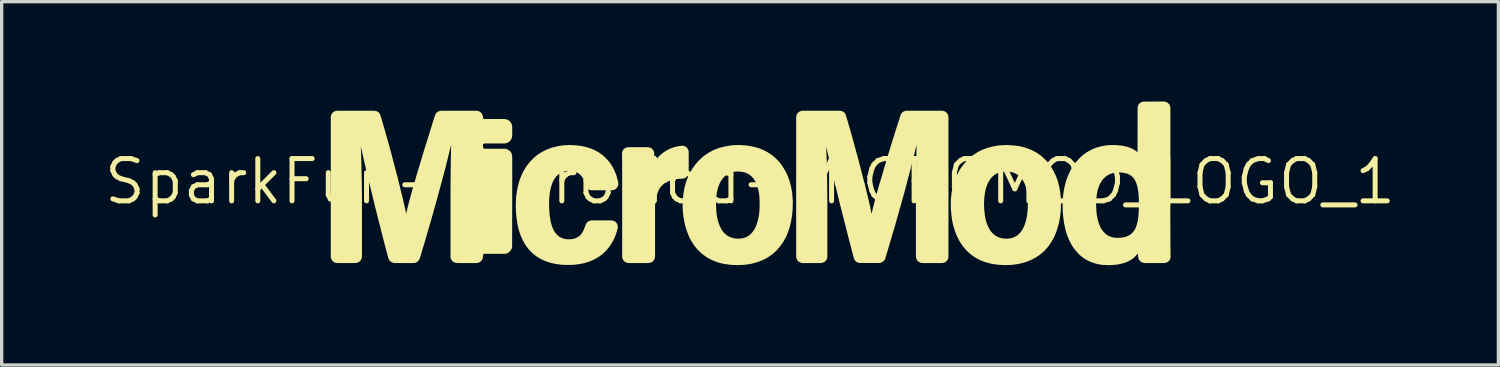
<source format=kicad_pcb>
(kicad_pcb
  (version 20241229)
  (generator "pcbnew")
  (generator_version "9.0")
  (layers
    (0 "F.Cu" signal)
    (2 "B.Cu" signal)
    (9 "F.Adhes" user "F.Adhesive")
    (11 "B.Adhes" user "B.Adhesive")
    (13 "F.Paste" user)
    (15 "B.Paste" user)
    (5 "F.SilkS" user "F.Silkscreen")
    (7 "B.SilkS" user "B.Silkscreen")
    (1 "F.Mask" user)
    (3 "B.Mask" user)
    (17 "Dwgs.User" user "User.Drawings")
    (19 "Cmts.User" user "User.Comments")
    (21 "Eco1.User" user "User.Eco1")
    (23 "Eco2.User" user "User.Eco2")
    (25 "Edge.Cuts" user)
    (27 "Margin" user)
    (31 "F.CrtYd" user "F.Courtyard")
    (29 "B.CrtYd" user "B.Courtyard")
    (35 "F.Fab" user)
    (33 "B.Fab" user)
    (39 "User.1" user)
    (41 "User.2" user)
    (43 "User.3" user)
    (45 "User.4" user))
  (footprint "SparkFun-MicroMod-MICROMOD_LOGO_1"
    (layer "F.Cu")
    (at 19.481 2.404)
    (property "Reference" "SparkFun-MicroMod-MICROMOD_LOGO_1" (at 0 0 0) (layer "F.SilkS") (effects (font (size 1.27 1.27) (thickness 0.15))))
    (attr exclude_from_pos_files exclude_from_bom)
    (fp_poly (pts (xy 2.268 0.084) (xy 1.478 0.084) (xy 1.435 0.094) (xy 1.435 2.258) (xy 1.448 2.309) (xy 1.476 2.355) (xy 1.519 2.383) (xy 1.57 2.398) (xy 2.098 2.398) (xy 2.151 2.395) (xy 2.2 2.377) (xy 2.24 2.344) (xy 2.266 2.299) (xy 2.273 2.248) (xy 2.273 0.663) (xy 2.268 0.084)) (stroke (width 0.099) (type solid)) (fill yes) (layer "F.SilkS"))
    (fp_poly (pts (xy 5.911 0.084) (xy 5.062 0.084) (xy 5.034 0.109) (xy 5.032 0.693) (xy 5.032 2.23) (xy 5.037 2.283) (xy 5.057 2.332) (xy 5.093 2.37) (xy 5.141 2.393) (xy 5.194 2.398) (xy 5.776 2.398) (xy 5.827 2.385) (xy 5.87 2.355) (xy 5.9 2.309) (xy 5.911 2.258) (xy 5.911 0.084)) (stroke (width 0.099) (type solid)) (fill yes) (layer "F.SilkS"))
    (fp_poly (pts (xy -12.545 -0.109) (xy -12.545 2.271) (xy -12.53 2.319) (xy -12.497 2.362) (xy -12.451 2.388) (xy -12.4 2.398) (xy -11.869 2.398) (xy -11.819 2.393) (xy -11.77 2.372) (xy -11.732 2.334) (xy -11.712 2.286) (xy -11.707 2.233) (xy -11.707 0.645) (xy -11.709 0.224) (xy -11.714 -0.091) (xy -11.753 -0.109) (xy -12.545 -0.109)) (stroke (width 0.099) (type solid)) (fill yes) (layer "F.SilkS"))
    (fp_poly (pts (xy -2.85 0.396) (xy -3.749 0.396) (xy -3.792 0.406) (xy -3.792 2.258) (xy -3.782 2.309) (xy -3.752 2.352) (xy -3.708 2.383) (xy -3.658 2.398) (xy -3.076 2.398) (xy -3.023 2.395) (xy -2.974 2.377) (xy -2.936 2.342) (xy -2.911 2.296) (xy -2.903 2.243) (xy -2.903 0.866) (xy -2.903 0.762) (xy -2.901 0.709) (xy -2.891 0.602) (xy -2.875 0.498) (xy -2.85 0.396)) (stroke (width 0.099) (type solid)) (fill yes) (layer "F.SilkS"))
    (fp_poly (pts (xy -7.193 -0.109) (xy -8.933 -0.109) (xy -8.946 -0.069) (xy -8.948 0.246) (xy -8.948 2.25) (xy -8.941 2.304) (xy -8.913 2.347) (xy -8.872 2.38) (xy -8.821 2.395) (xy -8.771 2.398) (xy -8.242 2.398) (xy -8.189 2.395) (xy -8.141 2.375) (xy -8.103 2.339) (xy -8.077 2.294) (xy -8.072 2.24) (xy -8.07 2.189) (xy -8.044 2.144) (xy -7.998 2.121) (xy -7.363 2.121) (xy -7.313 2.108) (xy -7.267 2.08) (xy -7.231 2.045) (xy -7.206 1.996) (xy -7.196 1.946) (xy -7.193 -0.056) (xy -7.193 -0.109)) (stroke (width 0.099) (type solid)) (fill yes) (layer "F.SilkS"))
    (fp_poly (pts (xy -12.403 -2.078) (xy -12.454 -2.07) (xy -12.497 -2.042) (xy -12.53 -1.999) (xy -12.545 -1.948) (xy -12.545 -0.152) (xy -12.535 -0.109) (xy -11.742 -0.109) (xy -11.717 -0.135) (xy -11.725 -0.559) (xy -11.735 -0.876) (xy -11.753 -1.245) (xy -11.765 -1.455) (xy -11.727 -1.448) (xy -11.684 -1.24) (xy -11.603 -0.879) (xy -11.435 -0.157) (xy -11.42 -0.109) (xy -10.681 -0.109) (xy -10.637 -0.117) (xy -10.732 -0.478) (xy -10.838 -0.886) (xy -10.909 -1.14) (xy -11.024 -1.547) (xy -11.143 -1.953) (xy -11.161 -2.004) (xy -11.194 -2.045) (xy -11.239 -2.07) (xy -11.29 -2.078) (xy -12.403 -2.078)) (stroke (width 0.099) (type solid)) (fill yes) (layer "F.SilkS"))
    (fp_poly (pts (xy 5.7 -2.078) (xy 4.694 -2.078) (xy 4.643 -2.065) (xy 4.6 -2.035) (xy 4.572 -1.991) (xy 4.427 -1.537) (xy 4.3 -1.133) (xy 4.145 -0.625) (xy 4.026 -0.218) (xy 3.937 0.084) (xy 4.625 0.084) (xy 4.656 0.053) (xy 4.778 -0.406) (xy 4.895 -0.869) (xy 4.956 -1.125) (xy 5.027 -1.435) (xy 5.062 -1.443) (xy 5.05 -1.019) (xy 5.037 -0.33) (xy 5.034 0.038) (xy 5.042 0.084) (xy 5.89 0.084) (xy 5.911 0.048) (xy 5.911 -1.908) (xy 5.908 -1.961) (xy 5.888 -2.012) (xy 5.852 -2.05) (xy 5.806 -2.073) (xy 5.753 -2.078) (xy 5.7 -2.078)) (stroke (width 0.099) (type solid)) (fill yes) (layer "F.SilkS"))
    (fp_poly (pts (xy 2.603 0.084) (xy 3.345 0.084) (xy 3.393 0.079) (xy 3.249 -0.483) (xy 3.195 -0.686) (xy 3.071 -1.146) (xy 2.957 -1.552) (xy 2.898 -1.755) (xy 2.837 -1.958) (xy 2.817 -2.009) (xy 2.784 -2.047) (xy 2.736 -2.073) (xy 2.685 -2.078) (xy 1.572 -2.078) (xy 1.521 -2.065) (xy 1.478 -2.037) (xy 1.448 -1.994) (xy 1.435 -1.943) (xy 1.435 0.066) (xy 1.471 0.084) (xy 2.263 0.084) (xy 2.268 0.036) (xy 2.256 -0.594) (xy 2.245 -0.859) (xy 2.235 -1.123) (xy 2.217 -1.44) (xy 2.25 -1.458) (xy 2.263 -1.41) (xy 2.339 -1.046) (xy 2.423 -0.686) (xy 2.494 -0.376) (xy 2.603 0.084)) (stroke (width 0.099) (type solid)) (fill yes) (layer "F.SilkS"))
    (fp_poly (pts (xy 4.648 0.084) (xy 3.957 0.084) (xy 3.927 0.112) (xy 3.84 0.419) (xy 3.747 0.777) (xy 3.698 0.986) (xy 3.675 1.087) (xy 3.655 1.194) (xy 3.642 1.171) (xy 3.599 0.963) (xy 3.556 0.754) (xy 3.472 0.394) (xy 3.396 0.084) (xy 2.654 0.084) (xy 2.609 0.089) (xy 2.733 0.605) (xy 2.916 1.323) (xy 3.048 1.839) (xy 3.17 2.299) (xy 3.195 2.344) (xy 3.236 2.38) (xy 3.287 2.395) (xy 3.868 2.398) (xy 3.922 2.39) (xy 3.967 2.365) (xy 4.003 2.327) (xy 4.021 2.276) (xy 4.082 2.073) (xy 4.308 1.311) (xy 4.524 0.544) (xy 4.595 0.29) (xy 4.648 0.084)) (stroke (width 0.099) (type solid)) (fill yes) (layer "F.SilkS"))
    (fp_poly (pts (xy -10.637 -0.109) (xy -11.377 -0.109) (xy -11.422 -0.104) (xy -11.26 0.559) (xy -11.12 1.123) (xy -10.937 1.839) (xy -10.815 2.299) (xy -10.79 2.344) (xy -10.749 2.377) (xy -10.701 2.395) (xy -10.648 2.398) (xy -10.119 2.398) (xy -10.066 2.393) (xy -10.02 2.37) (xy -9.985 2.329) (xy -9.964 2.281) (xy -9.812 1.775) (xy -9.606 1.067) (xy -9.449 0.508) (xy -9.284 -0.102) (xy -9.327 -0.109) (xy -9.962 -0.109) (xy -9.995 -0.086) (xy -10.099 0.267) (xy -10.196 0.625) (xy -10.272 0.93) (xy -10.307 1.085) (xy -10.325 1.189) (xy -10.34 1.173) (xy -10.391 0.914) (xy -10.472 0.554) (xy -10.572 0.145) (xy -10.61 -0.008) (xy -10.637 -0.109)) (stroke (width 0.099) (type solid)) (fill yes) (layer "F.SilkS"))
    (fp_poly (pts (xy -9.99 -0.109) (xy -9.301 -0.109) (xy -9.274 -0.14) (xy -9.192 -0.447) (xy -9.091 -0.859) (xy -9.027 -1.115) (xy -8.959 -1.422) (xy -8.923 -1.448) (xy -8.92 -1.4) (xy -8.928 -1.135) (xy -8.938 -0.765) (xy -8.946 -0.132) (xy -8.915 -0.109) (xy -7.224 -0.109) (xy -7.193 -0.132) (xy -7.193 -0.714) (xy -7.196 -0.765) (xy -7.206 -0.818) (xy -7.231 -0.864) (xy -7.269 -0.899) (xy -7.315 -0.925) (xy -7.369 -0.937) (xy -7.95 -0.937) (xy -8.001 -0.94) (xy -8.047 -0.965) (xy -8.07 -1.011) (xy -8.072 -1.115) (xy -8.052 -1.163) (xy -8.006 -1.191) (xy -7.955 -1.194) (xy -7.374 -1.194) (xy -7.32 -1.204) (xy -7.275 -1.229) (xy -7.236 -1.265) (xy -7.209 -1.311) (xy -7.196 -1.361) (xy -7.193 -1.412) (xy -7.193 -1.626) (xy -7.198 -1.676) (xy -7.216 -1.727) (xy -7.247 -1.77) (xy -7.287 -1.803) (xy -7.336 -1.824) (xy -7.389 -1.829) (xy -7.971 -1.829) (xy -8.021 -1.836) (xy -8.059 -1.872) (xy -8.072 -1.923) (xy -8.077 -1.974) (xy -8.103 -2.022) (xy -8.141 -2.055) (xy -8.189 -2.075) (xy -8.242 -2.078) (xy -9.248 -2.078) (xy -9.299 -2.075) (xy -9.35 -2.06) (xy -9.39 -2.024) (xy -9.416 -1.979) (xy -9.604 -1.374) (xy -9.746 -0.919) (xy -9.99 -0.109)) (stroke (width 0.099) (type solid)) (fill yes) (layer "F.SilkS"))
    (fp_poly (pts (xy -2.035 -1.029) (xy -2.139 -1.013) (xy -2.192 -1.003) (xy -2.243 -0.991) (xy -2.294 -0.975) (xy -2.342 -0.958) (xy -2.393 -0.937) (xy -2.438 -0.914) (xy -2.487 -0.889) (xy -2.53 -0.861) (xy -2.576 -0.831) (xy -2.616 -0.8) (xy -2.657 -0.765) (xy -2.695 -0.729) (xy -2.731 -0.691) (xy -2.764 -0.65) (xy -2.797 -0.607) (xy -2.827 -0.564) (xy -2.855 -0.518) (xy -2.878 -0.472) (xy -2.901 -0.424) (xy -2.916 -0.404) (xy -2.918 -0.668) (xy -2.926 -0.828) (xy -2.934 -0.879) (xy -2.957 -0.927) (xy -2.995 -0.963) (xy -3.045 -0.98) (xy -3.096 -0.983) (xy -3.625 -0.983) (xy -3.678 -0.98) (xy -3.729 -0.963) (xy -3.767 -0.93) (xy -3.792 -0.881) (xy -3.797 -0.831) (xy -3.792 -0.46) (xy -3.792 0.384) (xy -3.749 0.394) (xy -2.852 0.394) (xy -2.814 0.297) (xy -2.794 0.249) (xy -2.769 0.203) (xy -2.741 0.157) (xy -2.708 0.117) (xy -2.672 0.079) (xy -2.634 0.041) (xy -2.591 0.01) (xy -2.545 -0.015) (xy -2.499 -0.041) (xy -2.451 -0.061) (xy -2.4 -0.079) (xy -2.349 -0.094) (xy -2.248 -0.117) (xy -2.141 -0.13) (xy -2.037 -0.137) (xy -1.986 -0.147) (xy -1.941 -0.173) (xy -1.908 -0.216) (xy -1.892 -0.264) (xy -1.892 -0.899) (xy -1.908 -0.95) (xy -1.938 -0.991) (xy -1.984 -1.019) (xy -2.035 -1.029)) (stroke (width 0.099) (type solid)) (fill yes) (layer "F.SilkS"))
    (fp_poly (pts (xy 9.291 0.638) (xy 8.445 0.638) (xy 8.395 0.64) (xy 8.392 0.8) (xy 8.385 0.904) (xy 8.372 1.011) (xy 8.364 1.062) (xy 8.341 1.166) (xy 8.329 1.217) (xy 8.313 1.267) (xy 8.296 1.318) (xy 8.252 1.415) (xy 8.227 1.46) (xy 8.199 1.506) (xy 8.169 1.549) (xy 8.133 1.587) (xy 8.095 1.626) (xy 8.054 1.659) (xy 8.009 1.687) (xy 7.963 1.709) (xy 7.915 1.73) (xy 7.864 1.748) (xy 7.811 1.755) (xy 7.76 1.763) (xy 7.706 1.765) (xy 7.6 1.758) (xy 7.549 1.75) (xy 7.498 1.735) (xy 7.447 1.72) (xy 7.399 1.697) (xy 7.353 1.671) (xy 7.31 1.641) (xy 7.269 1.605) (xy 7.231 1.567) (xy 7.198 1.527) (xy 7.168 1.486) (xy 7.115 1.392) (xy 7.094 1.344) (xy 7.074 1.295) (xy 7.056 1.245) (xy 7.043 1.194) (xy 7.028 1.143) (xy 7.008 1.039) (xy 6.995 0.935) (xy 6.982 0.777) (xy 6.98 0.671) (xy 6.96 0.638) (xy 6.114 0.638) (xy 6.078 0.658) (xy 6.083 0.815) (xy 6.086 0.869) (xy 6.101 1.026) (xy 6.124 1.184) (xy 6.16 1.339) (xy 6.208 1.491) (xy 6.269 1.638) (xy 6.342 1.778) (xy 6.429 1.91) (xy 6.533 2.032) (xy 6.65 2.139) (xy 6.777 2.233) (xy 6.916 2.309) (xy 7.064 2.367) (xy 7.115 2.383) (xy 7.269 2.423) (xy 7.424 2.446) (xy 7.478 2.451) (xy 7.635 2.459) (xy 7.689 2.461) (xy 7.849 2.454) (xy 7.899 2.449) (xy 8.057 2.426) (xy 8.212 2.388) (xy 8.263 2.372) (xy 8.41 2.316) (xy 8.552 2.243) (xy 8.684 2.154) (xy 8.804 2.05) (xy 8.91 1.933) (xy 9.002 1.803) (xy 9.081 1.666) (xy 9.144 1.521) (xy 9.195 1.369) (xy 9.235 1.217) (xy 9.246 1.163) (xy 9.271 1.008) (xy 9.286 0.851) (xy 9.291 0.638)) (stroke (width 0.099) (type solid)) (fill yes) (layer "F.SilkS"))
    (fp_poly (pts (xy 11.834 -2.352) (xy 11.783 -2.344) (xy 11.737 -2.316) (xy 11.707 -2.273) (xy 11.692 -2.225) (xy 11.689 -0.744) (xy 11.664 -0.782) (xy 11.628 -0.823) (xy 11.59 -0.859) (xy 11.549 -0.889) (xy 11.504 -0.917) (xy 11.458 -0.942) (xy 11.41 -0.965) (xy 11.359 -0.983) (xy 11.308 -0.998) (xy 11.207 -1.021) (xy 11.153 -1.031) (xy 11.102 -1.036) (xy 10.996 -1.046) (xy 10.892 -1.049) (xy 10.732 -1.041) (xy 10.577 -1.016) (xy 10.422 -0.973) (xy 10.325 -0.935) (xy 10.277 -0.914) (xy 10.183 -0.861) (xy 10.137 -0.836) (xy 10.053 -0.775) (xy 10.01 -0.739) (xy 9.934 -0.668) (xy 9.827 -0.551) (xy 9.733 -0.424) (xy 9.655 -0.284) (xy 9.591 -0.14) (xy 9.538 0.005) (xy 9.497 0.16) (xy 9.469 0.315) (xy 9.461 0.368) (xy 9.444 0.526) (xy 9.439 0.683) (xy 9.487 0.688) (xy 10.333 0.688) (xy 10.345 0.65) (xy 10.351 0.544) (xy 10.361 0.439) (xy 10.376 0.335) (xy 10.399 0.231) (xy 10.432 0.132) (xy 10.452 0.081) (xy 10.5 -0.01) (xy 10.528 -0.053) (xy 10.561 -0.097) (xy 10.597 -0.135) (xy 10.635 -0.17) (xy 10.676 -0.203) (xy 10.719 -0.234) (xy 10.767 -0.259) (xy 10.815 -0.279) (xy 10.866 -0.295) (xy 10.917 -0.307) (xy 10.968 -0.318) (xy 11.021 -0.32) (xy 11.074 -0.323) (xy 11.178 -0.318) (xy 11.232 -0.31) (xy 11.283 -0.3) (xy 11.334 -0.287) (xy 11.384 -0.269) (xy 11.43 -0.244) (xy 11.476 -0.216) (xy 11.516 -0.183) (xy 11.552 -0.145) (xy 11.585 -0.102) (xy 11.61 -0.056) (xy 11.633 -0.008) (xy 11.653 0.038) (xy 11.684 0.14) (xy 11.702 0.244) (xy 11.717 0.348) (xy 11.725 0.455) (xy 11.73 0.559) (xy 11.73 0.665) (xy 11.76 0.688) (xy 12.553 0.688) (xy 12.578 0.66) (xy 12.578 -2.189) (xy 12.573 -2.243) (xy 12.553 -2.291) (xy 12.515 -2.327) (xy 12.469 -2.349) (xy 12.415 -2.355) (xy 11.834 -2.352)) (stroke (width 0.099) (type solid)) (fill yes) (layer "F.SilkS"))
    (fp_poly (pts (xy -0.338 -1.049) (xy -0.549 -1.039) (xy -0.706 -1.013) (xy -0.759 -1.003) (xy -0.912 -0.963) (xy -0.963 -0.945) (xy -1.059 -0.907) (xy -1.107 -0.884) (xy -1.201 -0.833) (xy -1.247 -0.805) (xy -1.333 -0.747) (xy -1.377 -0.714) (xy -1.494 -0.607) (xy -1.6 -0.488) (xy -1.692 -0.358) (xy -1.745 -0.267) (xy -1.77 -0.221) (xy -1.814 -0.124) (xy -1.836 -0.076) (xy -1.872 0.02) (xy -1.887 0.071) (xy -1.928 0.226) (xy -1.953 0.381) (xy -1.966 0.488) (xy -1.971 0.592) (xy -1.925 0.599) (xy -1.077 0.599) (xy -1.069 0.554) (xy -1.062 0.447) (xy -1.049 0.343) (xy -1.026 0.239) (xy -1.013 0.188) (xy -0.998 0.137) (xy -0.978 0.086) (xy -0.958 0.038) (xy -0.935 -0.008) (xy -0.909 -0.053) (xy -0.879 -0.097) (xy -0.846 -0.14) (xy -0.81 -0.178) (xy -0.772 -0.213) (xy -0.729 -0.246) (xy -0.686 -0.274) (xy -0.638 -0.297) (xy -0.589 -0.318) (xy -0.538 -0.333) (xy -0.485 -0.343) (xy -0.434 -0.348) (xy -0.381 -0.353) (xy -0.274 -0.345) (xy -0.224 -0.338) (xy -0.17 -0.328) (xy -0.119 -0.312) (xy -0.071 -0.292) (xy -0.023 -0.269) (xy 0.018 -0.239) (xy 0.061 -0.208) (xy 0.099 -0.17) (xy 0.135 -0.132) (xy 0.165 -0.089) (xy 0.193 -0.043) (xy 0.218 0) (xy 0.241 0.048) (xy 0.274 0.147) (xy 0.3 0.251) (xy 0.32 0.356) (xy 0.33 0.46) (xy 0.335 0.566) (xy 0.358 0.599) (xy 1.204 0.599) (xy 1.232 0.574) (xy 1.227 0.47) (xy 1.212 0.31) (xy 1.181 0.155) (xy 1.14 0) (xy 1.087 -0.147) (xy 1.021 -0.29) (xy 0.937 -0.427) (xy 0.876 -0.511) (xy 0.843 -0.554) (xy 0.77 -0.63) (xy 0.732 -0.668) (xy 0.653 -0.737) (xy 0.61 -0.767) (xy 0.521 -0.828) (xy 0.475 -0.853) (xy 0.381 -0.902) (xy 0.333 -0.922) (xy 0.234 -0.96) (xy 0.183 -0.975) (xy 0.028 -1.013) (xy -0.127 -1.036) (xy -0.338 -1.049)) (stroke (width 0.099) (type solid)) (fill yes) (layer "F.SilkS"))
    (fp_poly (pts (xy -6.076 0.442) (xy -6.924 0.442) (xy -6.972 0.445) (xy -6.98 0.495) (xy -6.982 0.549) (xy -6.988 0.709) (xy -6.982 0.919) (xy -6.967 1.077) (xy -6.96 1.13) (xy -6.934 1.288) (xy -6.899 1.443) (xy -6.848 1.593) (xy -6.828 1.641) (xy -6.784 1.737) (xy -6.706 1.877) (xy -6.612 2.004) (xy -6.538 2.08) (xy -6.5 2.116) (xy -6.419 2.184) (xy -6.373 2.215) (xy -6.284 2.271) (xy -6.142 2.339) (xy -5.992 2.39) (xy -5.837 2.426) (xy -5.679 2.446) (xy -5.626 2.451) (xy -5.466 2.456) (xy -5.309 2.451) (xy -5.151 2.433) (xy -5.047 2.413) (xy -4.994 2.403) (xy -4.892 2.372) (xy -4.793 2.337) (xy -4.745 2.314) (xy -4.651 2.268) (xy -4.605 2.24) (xy -4.559 2.212) (xy -4.475 2.149) (xy -4.397 2.078) (xy -4.323 2.002) (xy -4.26 1.918) (xy -4.229 1.875) (xy -4.201 1.829) (xy -4.148 1.737) (xy -4.125 1.689) (xy -4.084 1.59) (xy -4.051 1.491) (xy -4.023 1.389) (xy -4.023 1.336) (xy -4.041 1.288) (xy -4.074 1.247) (xy -4.122 1.224) (xy -4.173 1.217) (xy -4.757 1.217) (xy -4.808 1.227) (xy -4.854 1.255) (xy -4.884 1.295) (xy -4.92 1.394) (xy -4.94 1.445) (xy -4.961 1.494) (xy -4.986 1.539) (xy -5.014 1.585) (xy -5.047 1.626) (xy -5.085 1.664) (xy -5.128 1.697) (xy -5.171 1.722) (xy -5.22 1.745) (xy -5.271 1.763) (xy -5.321 1.773) (xy -5.375 1.781) (xy -5.428 1.783) (xy -5.481 1.783) (xy -5.532 1.778) (xy -5.585 1.77) (xy -5.636 1.755) (xy -5.685 1.735) (xy -5.733 1.712) (xy -5.776 1.684) (xy -5.817 1.648) (xy -5.855 1.61) (xy -5.888 1.57) (xy -5.918 1.527) (xy -5.944 1.481) (xy -5.966 1.433) (xy -5.987 1.384) (xy -6.02 1.283) (xy -6.043 1.179) (xy -6.06 1.074) (xy -6.073 0.97) (xy -6.083 0.81) (xy -6.086 0.706) (xy -6.086 0.599) (xy -6.083 0.546) (xy -6.076 0.442)) (stroke (width 0.099) (type solid)) (fill yes) (layer "F.SilkS"))
    (fp_poly (pts (xy -5.413 -1.049) (xy -5.57 -1.041) (xy -5.624 -1.036) (xy -5.728 -1.021) (xy -5.781 -1.011) (xy -5.933 -0.973) (xy -6.032 -0.937) (xy -6.083 -0.919) (xy -6.223 -0.848) (xy -6.314 -0.792) (xy -6.358 -0.762) (xy -6.439 -0.696) (xy -6.477 -0.66) (xy -6.553 -0.584) (xy -6.586 -0.546) (xy -6.652 -0.462) (xy -6.683 -0.419) (xy -6.739 -0.33) (xy -6.764 -0.284) (xy -6.812 -0.188) (xy -6.833 -0.14) (xy -6.871 -0.041) (xy -6.886 0.005) (xy -6.929 0.16) (xy -6.957 0.315) (xy -6.97 0.419) (xy -6.942 0.442) (xy -6.096 0.442) (xy -6.073 0.409) (xy -6.066 0.356) (xy -6.05 0.251) (xy -6.025 0.15) (xy -6.01 0.099) (xy -5.994 0.048) (xy -5.974 0) (xy -5.951 -0.046) (xy -5.926 -0.091) (xy -5.898 -0.135) (xy -5.865 -0.178) (xy -5.829 -0.216) (xy -5.789 -0.251) (xy -5.745 -0.282) (xy -5.7 -0.307) (xy -5.652 -0.33) (xy -5.603 -0.348) (xy -5.55 -0.358) (xy -5.499 -0.366) (xy -5.446 -0.368) (xy -5.392 -0.368) (xy -5.342 -0.363) (xy -5.288 -0.353) (xy -5.237 -0.34) (xy -5.189 -0.32) (xy -5.141 -0.297) (xy -5.098 -0.267) (xy -5.057 -0.231) (xy -5.024 -0.193) (xy -4.991 -0.15) (xy -4.966 -0.104) (xy -4.943 -0.056) (xy -4.923 -0.008) (xy -4.907 0.041) (xy -4.895 0.091) (xy -4.877 0.14) (xy -4.841 0.18) (xy -4.796 0.206) (xy -4.742 0.213) (xy -4.163 0.213) (xy -4.11 0.206) (xy -4.064 0.183) (xy -4.028 0.142) (xy -4.008 0.094) (xy -4.008 0.043) (xy -4.031 -0.058) (xy -4.059 -0.16) (xy -4.077 -0.211) (xy -4.117 -0.307) (xy -4.163 -0.401) (xy -4.219 -0.493) (xy -4.249 -0.536) (xy -4.282 -0.577) (xy -4.354 -0.655) (xy -4.389 -0.693) (xy -4.43 -0.729) (xy -4.47 -0.762) (xy -4.554 -0.823) (xy -4.646 -0.876) (xy -4.694 -0.902) (xy -4.79 -0.942) (xy -4.892 -0.975) (xy -4.943 -0.991) (xy -5.044 -1.013) (xy -5.098 -1.024) (xy -5.255 -1.041) (xy -5.413 -1.049)) (stroke (width 0.099) (type solid)) (fill yes) (layer "F.SilkS"))
    (fp_poly (pts (xy 7.717 -1.049) (xy 7.503 -1.039) (xy 7.346 -1.013) (xy 7.295 -1.003) (xy 7.14 -0.963) (xy 7.092 -0.945) (xy 6.993 -0.907) (xy 6.944 -0.884) (xy 6.85 -0.833) (xy 6.807 -0.805) (xy 6.718 -0.747) (xy 6.678 -0.714) (xy 6.558 -0.607) (xy 6.454 -0.488) (xy 6.36 -0.358) (xy 6.307 -0.267) (xy 6.284 -0.221) (xy 6.238 -0.124) (xy 6.218 -0.076) (xy 6.182 0.02) (xy 6.165 0.071) (xy 6.126 0.226) (xy 6.106 0.33) (xy 6.099 0.381) (xy 6.083 0.541) (xy 6.081 0.592) (xy 6.086 0.638) (xy 6.934 0.638) (xy 6.98 0.632) (xy 6.985 0.526) (xy 6.995 0.419) (xy 7.01 0.315) (xy 7.033 0.211) (xy 7.048 0.16) (xy 7.084 0.061) (xy 7.107 0.013) (xy 7.132 -0.03) (xy 7.16 -0.076) (xy 7.191 -0.119) (xy 7.224 -0.16) (xy 7.262 -0.198) (xy 7.303 -0.231) (xy 7.346 -0.262) (xy 7.391 -0.287) (xy 7.44 -0.31) (xy 7.49 -0.325) (xy 7.541 -0.338) (xy 7.595 -0.348) (xy 7.648 -0.351) (xy 7.699 -0.351) (xy 7.752 -0.348) (xy 7.805 -0.343) (xy 7.859 -0.333) (xy 7.91 -0.32) (xy 7.958 -0.302) (xy 8.006 -0.282) (xy 8.052 -0.254) (xy 8.095 -0.224) (xy 8.136 -0.191) (xy 8.174 -0.152) (xy 8.207 -0.109) (xy 8.235 -0.066) (xy 8.263 -0.02) (xy 8.285 0.025) (xy 8.306 0.074) (xy 8.324 0.124) (xy 8.352 0.226) (xy 8.372 0.33) (xy 8.377 0.381) (xy 8.385 0.434) (xy 8.392 0.541) (xy 8.392 0.594) (xy 8.402 0.638) (xy 9.251 0.638) (xy 9.291 0.627) (xy 9.284 0.467) (xy 9.266 0.31) (xy 9.248 0.206) (xy 9.238 0.155) (xy 9.197 0) (xy 9.144 -0.147) (xy 9.075 -0.29) (xy 8.994 -0.427) (xy 8.931 -0.513) (xy 8.898 -0.554) (xy 8.826 -0.63) (xy 8.788 -0.668) (xy 8.707 -0.737) (xy 8.664 -0.767) (xy 8.578 -0.828) (xy 8.532 -0.853) (xy 8.438 -0.902) (xy 8.387 -0.922) (xy 8.288 -0.96) (xy 8.237 -0.975) (xy 8.085 -1.013) (xy 7.927 -1.036) (xy 7.717 -1.049)) (stroke (width 0.099) (type solid)) (fill yes) (layer "F.SilkS"))
    (fp_poly (pts (xy 1.234 0.599) (xy 0.389 0.599) (xy 0.338 0.602) (xy 0.338 0.655) (xy 0.335 0.813) (xy 0.328 0.919) (xy 0.315 1.024) (xy 0.305 1.077) (xy 0.295 1.128) (xy 0.269 1.232) (xy 0.236 1.331) (xy 0.191 1.427) (xy 0.165 1.473) (xy 0.135 1.516) (xy 0.104 1.56) (xy 0.069 1.598) (xy 0.028 1.633) (xy -0.01 1.666) (xy -0.056 1.694) (xy -0.104 1.717) (xy -0.152 1.735) (xy -0.203 1.75) (xy -0.257 1.758) (xy -0.307 1.763) (xy -0.361 1.765) (xy -0.414 1.763) (xy -0.467 1.755) (xy -0.518 1.748) (xy -0.569 1.732) (xy -0.62 1.712) (xy -0.665 1.692) (xy -0.711 1.664) (xy -0.754 1.631) (xy -0.795 1.598) (xy -0.831 1.557) (xy -0.864 1.516) (xy -0.894 1.473) (xy -0.919 1.427) (xy -0.942 1.379) (xy -0.965 1.331) (xy -1.001 1.232) (xy -1.026 1.13) (xy -1.046 1.026) (xy -1.059 0.922) (xy -1.069 0.762) (xy -1.072 0.658) (xy -1.072 0.605) (xy -1.12 0.599) (xy -1.966 0.599) (xy -1.974 0.645) (xy -1.976 0.699) (xy -1.971 0.856) (xy -1.956 1.016) (xy -1.93 1.171) (xy -1.897 1.326) (xy -1.849 1.478) (xy -1.791 1.626) (xy -1.768 1.674) (xy -1.717 1.768) (xy -1.689 1.811) (xy -1.631 1.9) (xy -1.598 1.941) (xy -1.529 2.022) (xy -1.415 2.131) (xy -1.285 2.225) (xy -1.148 2.301) (xy -1.1 2.324) (xy -1.001 2.362) (xy -0.953 2.38) (xy -0.798 2.421) (xy -0.589 2.451) (xy -0.378 2.461) (xy -0.165 2.451) (xy -0.01 2.428) (xy 0.041 2.418) (xy 0.193 2.377) (xy 0.343 2.322) (xy 0.485 2.25) (xy 0.528 2.223) (xy 0.617 2.162) (xy 0.658 2.129) (xy 0.737 2.06) (xy 0.775 2.022) (xy 0.843 1.943) (xy 0.876 1.9) (xy 0.937 1.814) (xy 0.965 1.77) (xy 1.019 1.676) (xy 1.041 1.631) (xy 1.082 1.534) (xy 1.102 1.483) (xy 1.135 1.384) (xy 1.151 1.333) (xy 1.186 1.179) (xy 1.212 1.021) (xy 1.227 0.864) (xy 1.232 0.81) (xy 1.234 0.653) (xy 1.234 0.599)) (stroke (width 0.099) (type solid)) (fill yes) (layer "F.SilkS"))
    (fp_poly (pts (xy 12.578 0.688) (xy 11.732 0.688) (xy 11.727 0.846) (xy 11.722 0.953) (xy 11.714 1.057) (xy 11.699 1.161) (xy 11.689 1.214) (xy 11.664 1.316) (xy 11.646 1.367) (xy 11.626 1.415) (xy 11.603 1.463) (xy 11.575 1.506) (xy 11.542 1.549) (xy 11.506 1.587) (xy 11.468 1.621) (xy 11.422 1.651) (xy 11.377 1.676) (xy 11.328 1.697) (xy 11.278 1.712) (xy 11.227 1.725) (xy 11.123 1.737) (xy 11.069 1.74) (xy 11.016 1.74) (xy 10.963 1.737) (xy 10.912 1.73) (xy 10.861 1.72) (xy 10.81 1.702) (xy 10.762 1.681) (xy 10.714 1.656) (xy 10.671 1.628) (xy 10.63 1.593) (xy 10.594 1.554) (xy 10.559 1.516) (xy 10.528 1.473) (xy 10.5 1.427) (xy 10.475 1.382) (xy 10.455 1.333) (xy 10.434 1.283) (xy 10.419 1.234) (xy 10.391 1.13) (xy 10.371 1.029) (xy 10.358 0.922) (xy 10.353 0.871) (xy 10.351 0.818) (xy 10.348 0.711) (xy 10.318 0.688) (xy 9.472 0.688) (xy 9.439 0.711) (xy 9.444 0.922) (xy 9.459 1.079) (xy 9.482 1.237) (xy 9.492 1.288) (xy 9.525 1.443) (xy 9.573 1.595) (xy 9.611 1.692) (xy 9.632 1.74) (xy 9.68 1.836) (xy 9.705 1.882) (xy 9.764 1.971) (xy 9.863 2.093) (xy 9.936 2.169) (xy 9.977 2.202) (xy 10.061 2.266) (xy 10.152 2.322) (xy 10.198 2.344) (xy 10.297 2.385) (xy 10.45 2.431) (xy 10.554 2.449) (xy 10.604 2.454) (xy 10.764 2.461) (xy 10.869 2.459) (xy 10.922 2.454) (xy 11.026 2.443) (xy 11.079 2.433) (xy 11.181 2.41) (xy 11.232 2.395) (xy 11.283 2.377) (xy 11.331 2.355) (xy 11.377 2.332) (xy 11.422 2.304) (xy 11.466 2.276) (xy 11.506 2.24) (xy 11.544 2.205) (xy 11.58 2.167) (xy 11.615 2.126) (xy 11.697 2.004) (xy 11.699 2.111) (xy 11.709 2.268) (xy 11.725 2.319) (xy 11.758 2.36) (xy 11.803 2.388) (xy 11.854 2.398) (xy 12.436 2.398) (xy 12.487 2.39) (xy 12.532 2.365) (xy 12.568 2.324) (xy 12.583 2.273) (xy 12.583 2.22) (xy 12.578 1.852) (xy 12.578 1.587) (xy 12.575 0.795) (xy 12.578 0.688)) (stroke (width 0.099) (type solid)) (fill yes) (layer "F.SilkS")))
  (gr_rect
    (start -3 -3)
    (end 41.961 7.915)
    (stroke (width 0.1) (type default))
    (fill no)
    (layer "Edge.Cuts")))
</source>
